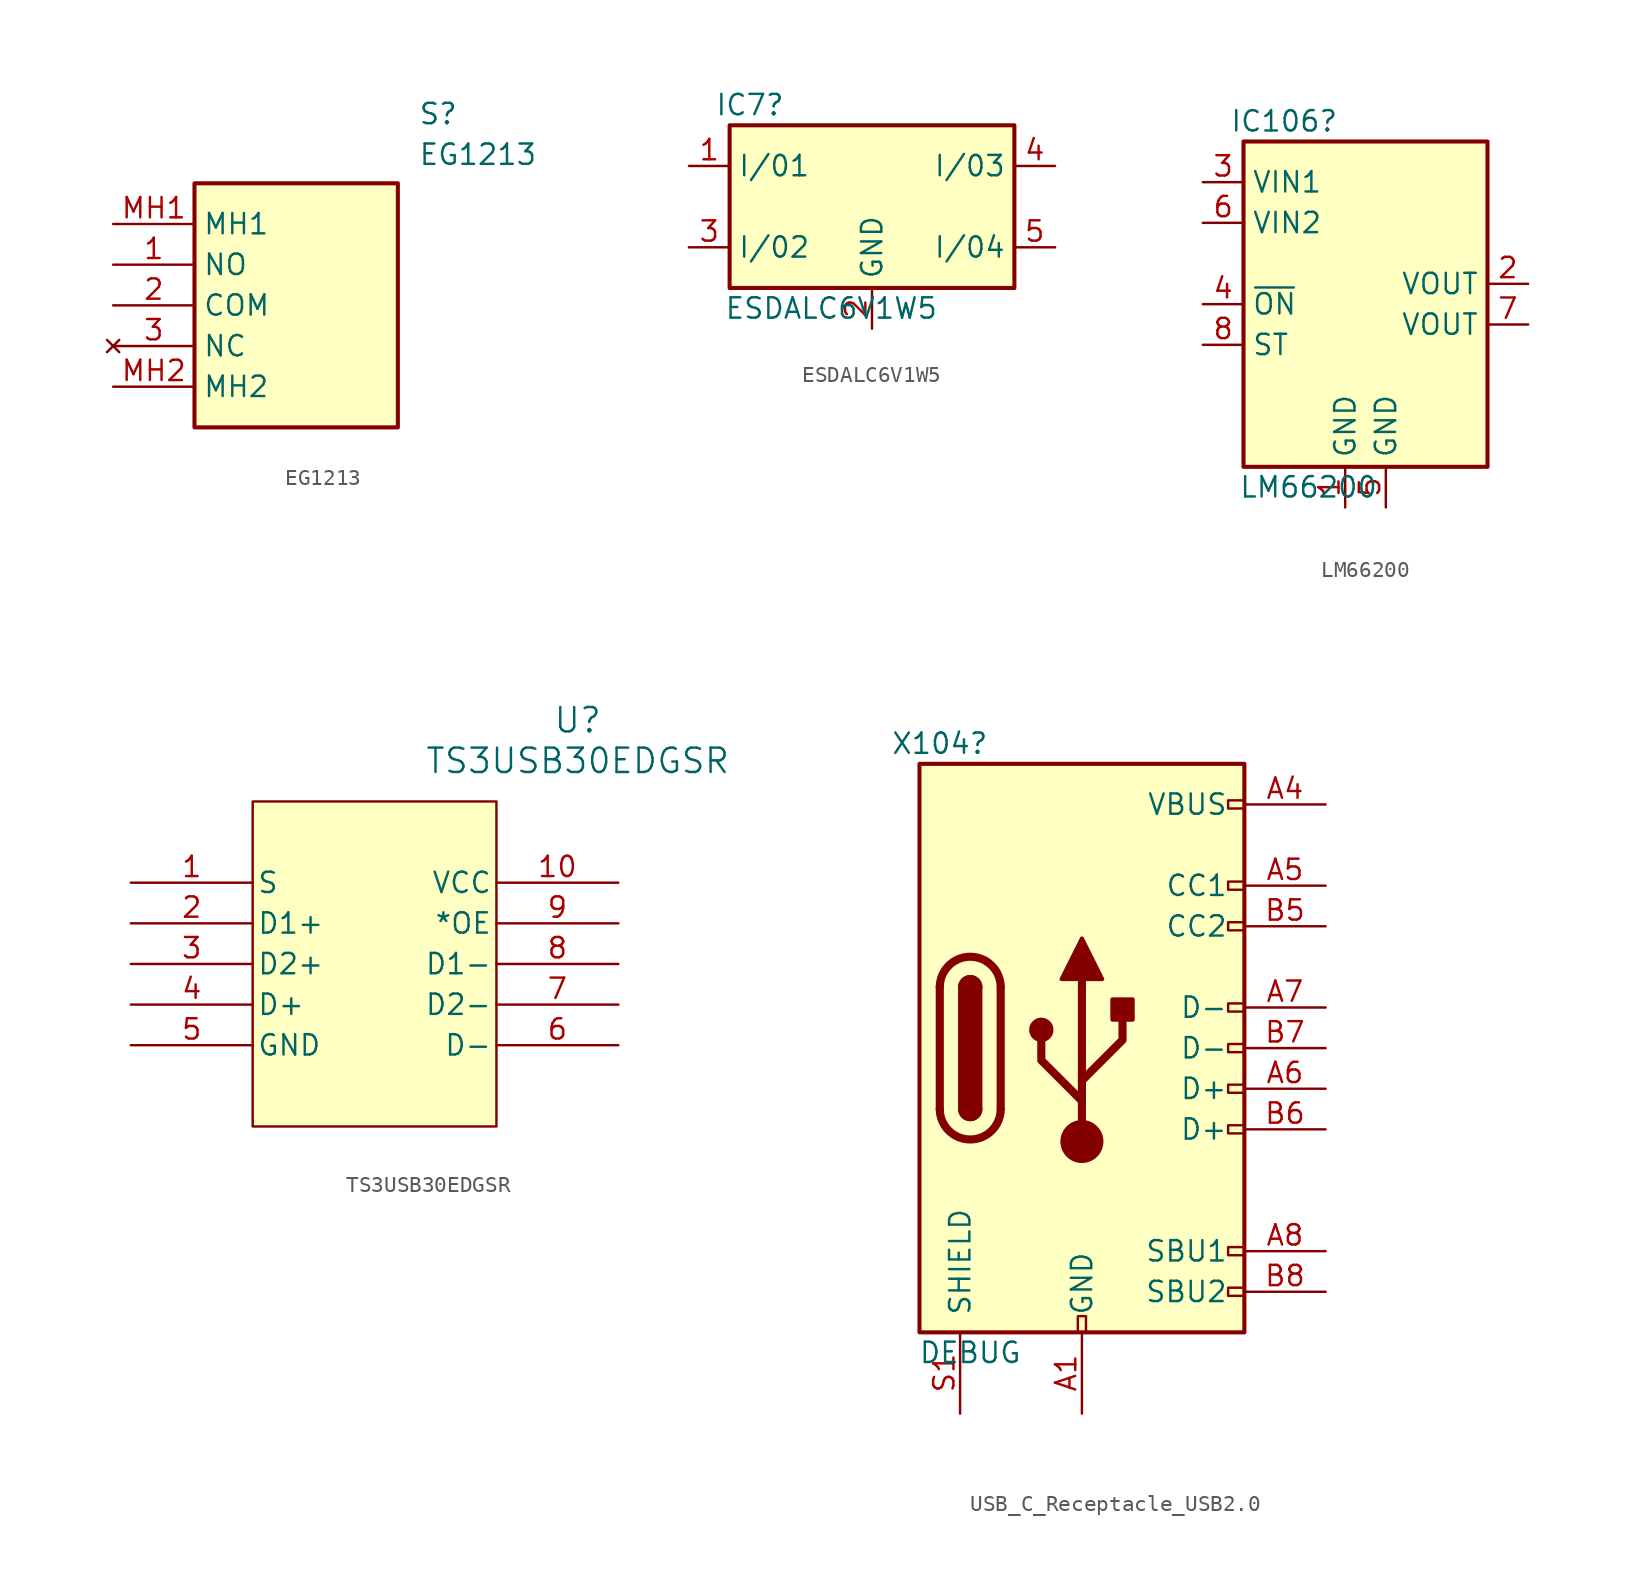
<source format=kicad_sym>
(kicad_symbol_lib
  (version 20231120)
  (generator "kicad_symbol_editor")
  (generator_version "8.0")
  (symbol "EG1213"
    (property "Reference" "S"
      (at 19.05 7.62 0)
      (effects (font (size 1.27 1.27)) (justify left top)))
    (property "Value" "EG1213"
      (at 19.05 5.08 0)
      (effects (font (size 1.27 1.27)) (justify left top)))
    (symbol "EG1213_1_1"
      (rectangle (start 5.08 2.54) (end 17.78 -12.7) (stroke (width 0.254) (type default)) (fill (type background)))
      (pin passive line (at 0 -2.54 0) (length 5.08) (name "NO" (effects (font (size 1.27 1.27)))) (number "1" (effects (font (size 1.27 1.27)))))
      (pin passive line (at 0 -5.08 0) (length 5.08) (name "COM" (effects (font (size 1.27 1.27)))) (number "2" (effects (font (size 1.27 1.27)))))
      (pin no_connect line (at 0 -7.62 0) (length 5.08) (name "NC" (effects (font (size 1.27 1.27)))) (number "3" (effects (font (size 1.27 1.27)))))
      (pin passive line (at 0 0 0) (length 5.08) (name "MH1" (effects (font (size 1.27 1.27)))) (number "MH1" (effects (font (size 1.27 1.27)))))
      (pin passive line (at 0 -10.16 0) (length 5.08) (name "MH2" (effects (font (size 1.27 1.27)))) (number "MH2" (effects (font (size 1.27 1.27)))))))
  (symbol "ESDALC6V1W5"
    (property "Reference" "IC7"
      (at -7.62 6.35 0)
      (effects (font (size 1.27 1.27))))
    (property "Value" "ESDALC6V1W5"
      (at -2.54 -6.35 0)
      (effects (font (size 1.27 1.27))))
    (symbol "ESDALC6V1W5_1_0"
      (pin bidirectional line (at -11.43 2.54 0) (length 2.54) (name "I/01" (effects (font (size 1.27 1.27)))) (number "1" (effects (font (size 1.27 1.27)))))
      (pin power_in line (at 0 -7.62 90) (length 2.54) (name "GND" (effects (font (size 1.27 1.27)))) (number "2" (effects (font (size 1.27 1.27)))))
      (pin bidirectional line (at -11.43 -2.54 0) (length 2.54) (name "I/02" (effects (font (size 1.27 1.27)))) (number "3" (effects (font (size 1.27 1.27)))))
      (pin bidirectional line (at 11.43 2.54 180) (length 2.54) (name "I/03" (effects (font (size 1.27 1.27)))) (number "4" (effects (font (size 1.27 1.27)))))
      (pin bidirectional line (at 11.43 -2.54 180) (length 2.54) (name "I/04" (effects (font (size 1.27 1.27)))) (number "5" (effects (font (size 1.27 1.27))))))
    (symbol "ESDALC6V1W5_1_1"
      (polyline (pts (xy -8.89 5.08) (xy 8.89 5.08) (xy 8.89 -5.08) (xy -8.89 -5.08) (xy -8.89 5.08)) (stroke (width 0.254) (type default)) (fill (type background)))))
  (symbol "LM66200"
    (property "Reference" "IC106"
      (at -5.08 11.43 0)
      (effects (font (size 1.27 1.27))))
    (property "Value" "LM66200"
      (at -3.556 -11.43 0)
      (effects (font (size 1.27 1.27))))
    (symbol "LM66200_1_1"
      (rectangle (start -7.62 10.16) (end 7.62 -10.16) (stroke (width 0.254) (type default)) (fill (type background)))
      (pin power_in line (at -1.27 -12.7 90) (length 2.54) (name "GND" (effects (font (size 1.27 1.27)))) (number "1" (effects (font (size 1.27 1.27)))))
      (pin power_in line (at 10.16 1.27 180) (length 2.54) (name "VOUT" (effects (font (size 1.27 1.27)))) (number "2" (effects (font (size 1.27 1.27)))))
      (pin input line (at -10.16 7.62 0) (length 2.54) (name "VIN1" (effects (font (size 1.27 1.27)))) (number "3" (effects (font (size 1.27 1.27)))))
      (pin input line (at -10.16 0 0) (length 2.54) (name "~{ON}" (effects (font (size 1.27 1.27)))) (number "4" (effects (font (size 1.27 1.27)))))
      (pin power_in line (at 1.27 -12.7 90) (length 2.54) (name "GND" (effects (font (size 1.27 1.27)))) (number "5" (effects (font (size 1.27 1.27)))))
      (pin input line (at -10.16 5.08 0) (length 2.54) (name "VIN2" (effects (font (size 1.27 1.27)))) (number "6" (effects (font (size 1.27 1.27)))))
      (pin power_in line (at 10.16 -1.27 180) (length 2.54) (name "VOUT" (effects (font (size 1.27 1.27)))) (number "7" (effects (font (size 1.27 1.27)))))
      (pin output line (at -10.16 -2.54 0) (length 2.54) (name "ST" (effects (font (size 1.27 1.27)))) (number "8" (effects (font (size 1.27 1.27)))))))
  (symbol "TS3USB30EDGSR"
    (pin_names
      (offset 0.254))
    (property "Reference" "U"
      (at 27.94 10.16 0)
      (effects (font (size 1.524 1.524))))
    (property "Value" "TS3USB30EDGSR"
      (at 27.94 7.62 0)
      (effects (font (size 1.524 1.524))))
    (symbol "TS3USB30EDGSR_0_1"
      (pin input line (at 0 0 0) (length 7.62) (name "S" (effects (font (size 1.27 1.27)))) (number "1" (effects (font (size 1.27 1.27)))))
      (pin power_in line (at 30.48 0 180) (length 7.62) (name "VCC" (effects (font (size 1.27 1.27)))) (number "10" (effects (font (size 1.27 1.27)))))
      (pin unspecified line (at 0 -2.54 0) (length 7.62) (name "D1+" (effects (font (size 1.27 1.27)))) (number "2" (effects (font (size 1.27 1.27)))))
      (pin unspecified line (at 0 -5.08 0) (length 7.62) (name "D2+" (effects (font (size 1.27 1.27)))) (number "3" (effects (font (size 1.27 1.27)))))
      (pin unspecified line (at 0 -7.62 0) (length 7.62) (name "D+" (effects (font (size 1.27 1.27)))) (number "4" (effects (font (size 1.27 1.27)))))
      (pin power_in line (at 0 -10.16 0) (length 7.62) (name "GND" (effects (font (size 1.27 1.27)))) (number "5" (effects (font (size 1.27 1.27)))))
      (pin unspecified line (at 30.48 -10.16 180) (length 7.62) (name "D-" (effects (font (size 1.27 1.27)))) (number "6" (effects (font (size 1.27 1.27)))))
      (pin unspecified line (at 30.48 -7.62 180) (length 7.62) (name "D2-" (effects (font (size 1.27 1.27)))) (number "7" (effects (font (size 1.27 1.27)))))
      (pin unspecified line (at 30.48 -5.08 180) (length 7.62) (name "D1-" (effects (font (size 1.27 1.27)))) (number "8" (effects (font (size 1.27 1.27)))))
      (pin unspecified line (at 30.48 -2.54 180) (length 7.62) (name "*OE" (effects (font (size 1.27 1.27)))) (number "9" (effects (font (size 1.27 1.27))))))
    (symbol "TS3USB30EDGSR_1_1"
      (rectangle (start 7.62 5.08) (end 22.86 -15.24) (stroke (width 0) (type default)) (fill (type background)))))
  (symbol "USB_C_Receptacle_USB2.0"
    (pin_names
      (offset 1.016))
    (property "Reference" "X104"
      (at -8.89 19.05 0)
      (effects (font (size 1.27 1.27))))
    (property "Value" "DEBUG"
      (at -6.985 -19.05 0)
      (effects (font (size 1.27 1.27))))
    (symbol "USB_C_Receptacle_USB2.0_0_0"
      (rectangle (start -0.254 -17.78) (end 0.254 -16.764) (stroke (width 0) (type default)) (fill (type none)))
      (rectangle (start 10.16 -14.986) (end 9.144 -15.494) (stroke (width 0) (type default)) (fill (type none)))
      (rectangle (start 10.16 -12.446) (end 9.144 -12.954) (stroke (width 0) (type default)) (fill (type none)))
      (rectangle (start 10.16 -4.826) (end 9.144 -5.334) (stroke (width 0) (type default)) (fill (type none)))
      (rectangle (start 10.16 -2.286) (end 9.144 -2.794) (stroke (width 0) (type default)) (fill (type none)))
      (rectangle (start 10.16 0.254) (end 9.144 -0.254) (stroke (width 0) (type default)) (fill (type none)))
      (rectangle (start 10.16 2.794) (end 9.144 2.286) (stroke (width 0) (type default)) (fill (type none)))
      (rectangle (start 10.16 7.874) (end 9.144 7.366) (stroke (width 0) (type default)) (fill (type none)))
      (rectangle (start 10.16 10.414) (end 9.144 9.906) (stroke (width 0) (type default)) (fill (type none)))
      (rectangle (start 10.16 15.494) (end 9.144 14.986) (stroke (width 0) (type default)) (fill (type none))))
    (symbol "USB_C_Receptacle_USB2.0_0_1"
      (rectangle (start -10.16 17.78) (end 10.16 -17.78) (stroke (width 0.254) (type default)) (fill (type background)))
      (arc (start -8.89 -3.81) (mid -6.985 -5.7067) (end -5.08 -3.81) (stroke (width 0.508) (type default)) (fill (type none)))
      (arc (start -7.62 -3.81) (mid -6.985 -4.4423) (end -6.35 -3.81) (stroke (width 0.254) (type default)) (fill (type none)))
      (arc (start -7.62 -3.81) (mid -6.985 -4.4423) (end -6.35 -3.81) (stroke (width 0.254) (type default)) (fill (type outline)))
      (rectangle (start -7.62 -3.81) (end -6.35 3.81) (stroke (width 0.254) (type default)) (fill (type outline)))
      (arc (start -6.35 3.81) (mid -6.985 4.4423) (end -7.62 3.81) (stroke (width 0.254) (type default)) (fill (type none)))
      (arc (start -6.35 3.81) (mid -6.985 4.4423) (end -7.62 3.81) (stroke (width 0.254) (type default)) (fill (type outline)))
      (arc (start -5.08 3.81) (mid -6.985 5.7067) (end -8.89 3.81) (stroke (width 0.508) (type default)) (fill (type none)))
      (circle (center -2.54 1.143) (radius 0.635) (stroke (width 0.254) (type default)) (fill (type outline)))
      (circle (center 0 -5.842) (radius 1.27) (stroke (width 0) (type default)) (fill (type outline)))
      (polyline (pts (xy -8.89 -3.81) (xy -8.89 3.81)) (stroke (width 0.508) (type default)) (fill (type none)))
      (polyline (pts (xy -5.08 3.81) (xy -5.08 -3.81)) (stroke (width 0.508) (type default)) (fill (type none)))
      (polyline (pts (xy 0 -5.842) (xy 0 4.318)) (stroke (width 0.508) (type default)) (fill (type none)))
      (polyline (pts (xy 0 -3.302) (xy -2.54 -0.762) (xy -2.54 0.508)) (stroke (width 0.508) (type default)) (fill (type none)))
      (polyline (pts (xy 0 -2.032) (xy 2.54 0.508) (xy 2.54 1.778)) (stroke (width 0.508) (type default)) (fill (type none)))
      (polyline (pts (xy -1.27 4.318) (xy 0 6.858) (xy 1.27 4.318) (xy -1.27 4.318)) (stroke (width 0.254) (type default)) (fill (type outline)))
      (rectangle (start 1.905 1.778) (end 3.175 3.048) (stroke (width 0.254) (type default)) (fill (type outline))))
    (symbol "USB_C_Receptacle_USB2.0_1_1"
      (pin passive line (at 0 -22.86 90) (length 5.08) (name "GND" (effects (font (size 1.27 1.27)))) (number "A1" (effects (font (size 1.27 1.27)))))
      (pin passive line (at 0 -22.86 90) (length 5.08) hide (name "GND" (effects (font (size 1.27 1.27)))) (number "A12" (effects (font (size 1.27 1.27)))))
      (pin passive line (at 15.24 15.24 180) (length 5.08) (name "VBUS" (effects (font (size 1.27 1.27)))) (number "A4" (effects (font (size 1.27 1.27)))))
      (pin bidirectional line (at 15.24 10.16 180) (length 5.08) (name "CC1" (effects (font (size 1.27 1.27)))) (number "A5" (effects (font (size 1.27 1.27)))))
      (pin bidirectional line (at 15.24 -2.54 180) (length 5.08) (name "D+" (effects (font (size 1.27 1.27)))) (number "A6" (effects (font (size 1.27 1.27)))))
      (pin bidirectional line (at 15.24 2.54 180) (length 5.08) (name "D-" (effects (font (size 1.27 1.27)))) (number "A7" (effects (font (size 1.27 1.27)))))
      (pin bidirectional line (at 15.24 -12.7 180) (length 5.08) (name "SBU1" (effects (font (size 1.27 1.27)))) (number "A8" (effects (font (size 1.27 1.27)))))
      (pin passive line (at 15.24 15.24 180) (length 5.08) hide (name "VBUS" (effects (font (size 1.27 1.27)))) (number "A9" (effects (font (size 1.27 1.27)))))
      (pin passive line (at 0 -22.86 90) (length 5.08) hide (name "GND" (effects (font (size 1.27 1.27)))) (number "B1" (effects (font (size 1.27 1.27)))))
      (pin passive line (at 0 -22.86 90) (length 5.08) hide (name "GND" (effects (font (size 1.27 1.27)))) (number "B12" (effects (font (size 1.27 1.27)))))
      (pin passive line (at 15.24 15.24 180) (length 5.08) hide (name "VBUS" (effects (font (size 1.27 1.27)))) (number "B4" (effects (font (size 1.27 1.27)))))
      (pin bidirectional line (at 15.24 7.62 180) (length 5.08) (name "CC2" (effects (font (size 1.27 1.27)))) (number "B5" (effects (font (size 1.27 1.27)))))
      (pin bidirectional line (at 15.24 -5.08 180) (length 5.08) (name "D+" (effects (font (size 1.27 1.27)))) (number "B6" (effects (font (size 1.27 1.27)))))
      (pin bidirectional line (at 15.24 0 180) (length 5.08) (name "D-" (effects (font (size 1.27 1.27)))) (number "B7" (effects (font (size 1.27 1.27)))))
      (pin bidirectional line (at 15.24 -15.24 180) (length 5.08) (name "SBU2" (effects (font (size 1.27 1.27)))) (number "B8" (effects (font (size 1.27 1.27)))))
      (pin passive line (at 15.24 15.24 180) (length 5.08) hide (name "VBUS" (effects (font (size 1.27 1.27)))) (number "B9" (effects (font (size 1.27 1.27)))))
      (pin passive line (at -7.62 -22.86 90) (length 5.08) (name "SHIELD" (effects (font (size 1.27 1.27)))) (number "S1" (effects (font (size 1.27 1.27))))))))
</source>
